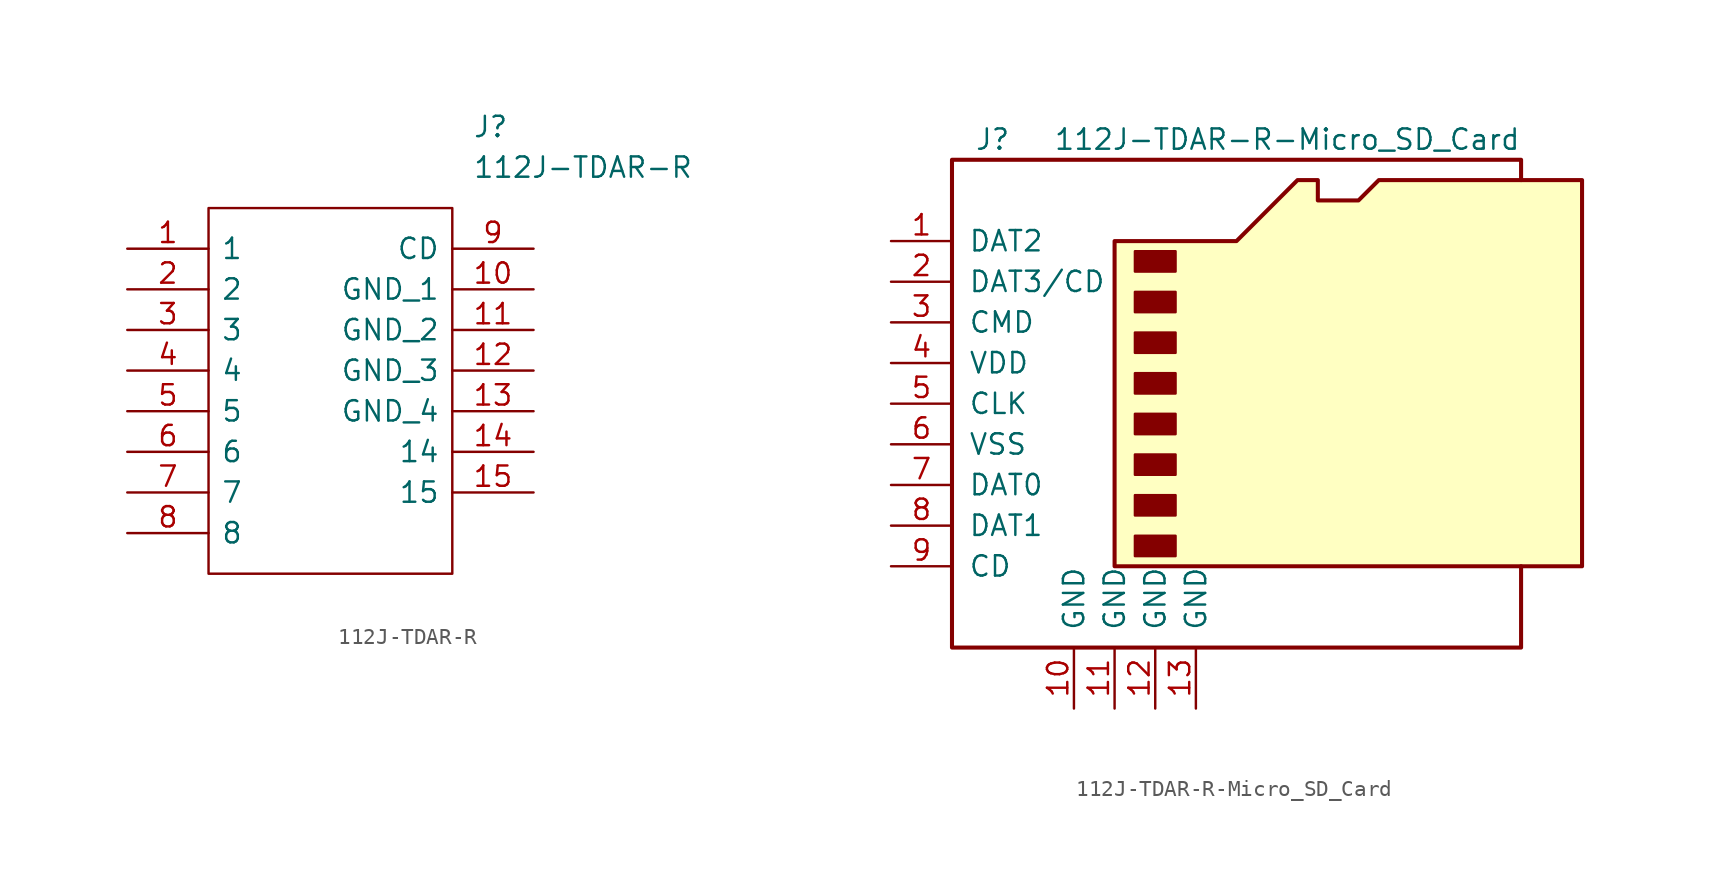
<source format=kicad_sym>
(kicad_symbol_lib
  (version 20211014)
  (generator kicad_symbol_editor)
  (symbol "112J-TDAR-R"
    (pin_names
      (offset 0.762))
    (property "Reference" "J"
      (at 21.59 7.62 0)
      (effects (font (size 1.27 1.27)) (justify left)))
    (property "Value" "112J-TDAR-R"
      (at 21.59 5.08 0)
      (effects (font (size 1.27 1.27)) (justify left)))
    (symbol "112J-TDAR-R_0_0"
      (pin unspecified line (at 0 0 0) (length 5.08) (name "1" (effects (font (size 1.27 1.27)))) (number "1" (effects (font (size 1.27 1.27)))))
      (pin unspecified line (at 25.4 -2.54 180) (length 5.08) (name "GND_1" (effects (font (size 1.27 1.27)))) (number "10" (effects (font (size 1.27 1.27)))))
      (pin unspecified line (at 25.4 -5.08 180) (length 5.08) (name "GND_2" (effects (font (size 1.27 1.27)))) (number "11" (effects (font (size 1.27 1.27)))))
      (pin unspecified line (at 25.4 -7.62 180) (length 5.08) (name "GND_3" (effects (font (size 1.27 1.27)))) (number "12" (effects (font (size 1.27 1.27)))))
      (pin unspecified line (at 25.4 -10.16 180) (length 5.08) (name "GND_4" (effects (font (size 1.27 1.27)))) (number "13" (effects (font (size 1.27 1.27)))))
      (pin unspecified line (at 25.4 -12.7 180) (length 5.08) (name "14" (effects (font (size 1.27 1.27)))) (number "14" (effects (font (size 1.27 1.27)))))
      (pin unspecified line (at 25.4 -15.24 180) (length 5.08) (name "15" (effects (font (size 1.27 1.27)))) (number "15" (effects (font (size 1.27 1.27)))))
      (pin unspecified line (at 0 -2.54 0) (length 5.08) (name "2" (effects (font (size 1.27 1.27)))) (number "2" (effects (font (size 1.27 1.27)))))
      (pin unspecified line (at 0 -5.08 0) (length 5.08) (name "3" (effects (font (size 1.27 1.27)))) (number "3" (effects (font (size 1.27 1.27)))))
      (pin unspecified line (at 0 -7.62 0) (length 5.08) (name "4" (effects (font (size 1.27 1.27)))) (number "4" (effects (font (size 1.27 1.27)))))
      (pin unspecified line (at 0 -10.16 0) (length 5.08) (name "5" (effects (font (size 1.27 1.27)))) (number "5" (effects (font (size 1.27 1.27)))))
      (pin unspecified line (at 0 -12.7 0) (length 5.08) (name "6" (effects (font (size 1.27 1.27)))) (number "6" (effects (font (size 1.27 1.27)))))
      (pin unspecified line (at 0 -15.24 0) (length 5.08) (name "7" (effects (font (size 1.27 1.27)))) (number "7" (effects (font (size 1.27 1.27)))))
      (pin unspecified line (at 0 -17.78 0) (length 5.08) (name "8" (effects (font (size 1.27 1.27)))) (number "8" (effects (font (size 1.27 1.27)))))
      (pin unspecified line (at 25.4 0 180) (length 5.08) (name "CD" (effects (font (size 1.27 1.27)))) (number "9" (effects (font (size 1.27 1.27))))))
    (symbol "112J-TDAR-R_0_1"
      (polyline (pts (xy 5.08 2.54) (xy 20.32 2.54) (xy 20.32 -20.32) (xy 5.08 -20.32) (xy 5.08 2.54)) (stroke (width 0.152) (type default) (color 0 0 0 0)) (fill (type none)))))
  (symbol "112J-TDAR-R-Micro_SD_Card"
    (pin_names
      (offset 1.016))
    (property "Reference" "J"
      (at 6.35 6.35 0)
      (effects (font (size 1.27 1.27))))
    (property "Value" "112J-TDAR-R-Micro_SD_Card"
      (at 39.37 6.35 0)
      (effects (font (size 1.27 1.27)) (justify right)))
    (symbol "112J-TDAR-R-Micro_SD_Card_0_1"
      (polyline (pts (xy 39.37 3.81) (xy 39.37 5.08) (xy 3.81 5.08) (xy 3.81 -25.4) (xy 39.37 -25.4) (xy 39.37 -20.32)) (stroke (width 0.254) (type default) (color 0 0 0 0)) (fill (type none)))
      (polyline (pts (xy 13.97 -20.32) (xy 13.97 0) (xy 21.59 0) (xy 25.4 3.81) (xy 26.67 3.81) (xy 26.67 2.54) (xy 29.21 2.54) (xy 30.48 3.81) (xy 43.18 3.81) (xy 43.18 -20.32) (xy 13.97 -20.32)) (stroke (width 0.254) (type default) (color 0 0 0 0)) (fill (type background)))
      (rectangle (start 15.24 -18.415) (end 17.78 -19.685) (stroke (width 0) (type default) (color 0 0 0 0)) (fill (type outline)))
      (rectangle (start 15.24 -15.875) (end 17.78 -17.145) (stroke (width 0) (type default) (color 0 0 0 0)) (fill (type outline)))
      (rectangle (start 15.24 -13.335) (end 17.78 -14.605) (stroke (width 0) (type default) (color 0 0 0 0)) (fill (type outline)))
      (rectangle (start 15.24 -10.795) (end 17.78 -12.065) (stroke (width 0) (type default) (color 0 0 0 0)) (fill (type outline)))
      (rectangle (start 15.24 -8.255) (end 17.78 -9.525) (stroke (width 0) (type default) (color 0 0 0 0)) (fill (type outline)))
      (rectangle (start 15.24 -5.715) (end 17.78 -6.985) (stroke (width 0) (type default) (color 0 0 0 0)) (fill (type outline)))
      (rectangle (start 15.24 -3.175) (end 17.78 -4.445) (stroke (width 0) (type default) (color 0 0 0 0)) (fill (type outline)))
      (rectangle (start 15.24 -0.635) (end 17.78 -1.905) (stroke (width 0) (type default) (color 0 0 0 0)) (fill (type outline))))
    (symbol "112J-TDAR-R-Micro_SD_Card_1_1"
      (pin bidirectional line (at 0 0 0) (length 3.81) (name "DAT2" (effects (font (size 1.27 1.27)))) (number "1" (effects (font (size 1.27 1.27)))))
      (pin passive line (at 11.43 -29.21 90) (length 3.81) (name "GND" (effects (font (size 1.27 1.27)))) (number "10" (effects (font (size 1.27 1.27)))))
      (pin passive line (at 13.97 -29.21 90) (length 3.81) (name "GND" (effects (font (size 1.27 1.27)))) (number "11" (effects (font (size 1.27 1.27)))))
      (pin passive line (at 16.51 -29.21 90) (length 3.81) (name "GND" (effects (font (size 1.27 1.27)))) (number "12" (effects (font (size 1.27 1.27)))))
      (pin passive line (at 19.05 -29.21 90) (length 3.81) (name "GND" (effects (font (size 1.27 1.27)))) (number "13" (effects (font (size 1.27 1.27)))))
      (pin bidirectional line (at 0 -2.54 0) (length 3.81) (name "DAT3/CD" (effects (font (size 1.27 1.27)))) (number "2" (effects (font (size 1.27 1.27)))))
      (pin input line (at 0 -5.08 0) (length 3.81) (name "CMD" (effects (font (size 1.27 1.27)))) (number "3" (effects (font (size 1.27 1.27)))))
      (pin power_in line (at 0 -7.62 0) (length 3.81) (name "VDD" (effects (font (size 1.27 1.27)))) (number "4" (effects (font (size 1.27 1.27)))))
      (pin input line (at 0 -10.16 0) (length 3.81) (name "CLK" (effects (font (size 1.27 1.27)))) (number "5" (effects (font (size 1.27 1.27)))))
      (pin power_in line (at 0 -12.7 0) (length 3.81) (name "VSS" (effects (font (size 1.27 1.27)))) (number "6" (effects (font (size 1.27 1.27)))))
      (pin bidirectional line (at 0 -15.24 0) (length 3.81) (name "DAT0" (effects (font (size 1.27 1.27)))) (number "7" (effects (font (size 1.27 1.27)))))
      (pin bidirectional line (at 0 -17.78 0) (length 3.81) (name "DAT1" (effects (font (size 1.27 1.27)))) (number "8" (effects (font (size 1.27 1.27)))))
      (pin passive line (at 0 -20.32 0) (length 3.81) (name "CD" (effects (font (size 1.27 1.27)))) (number "9" (effects (font (size 1.27 1.27))))))))
</source>
